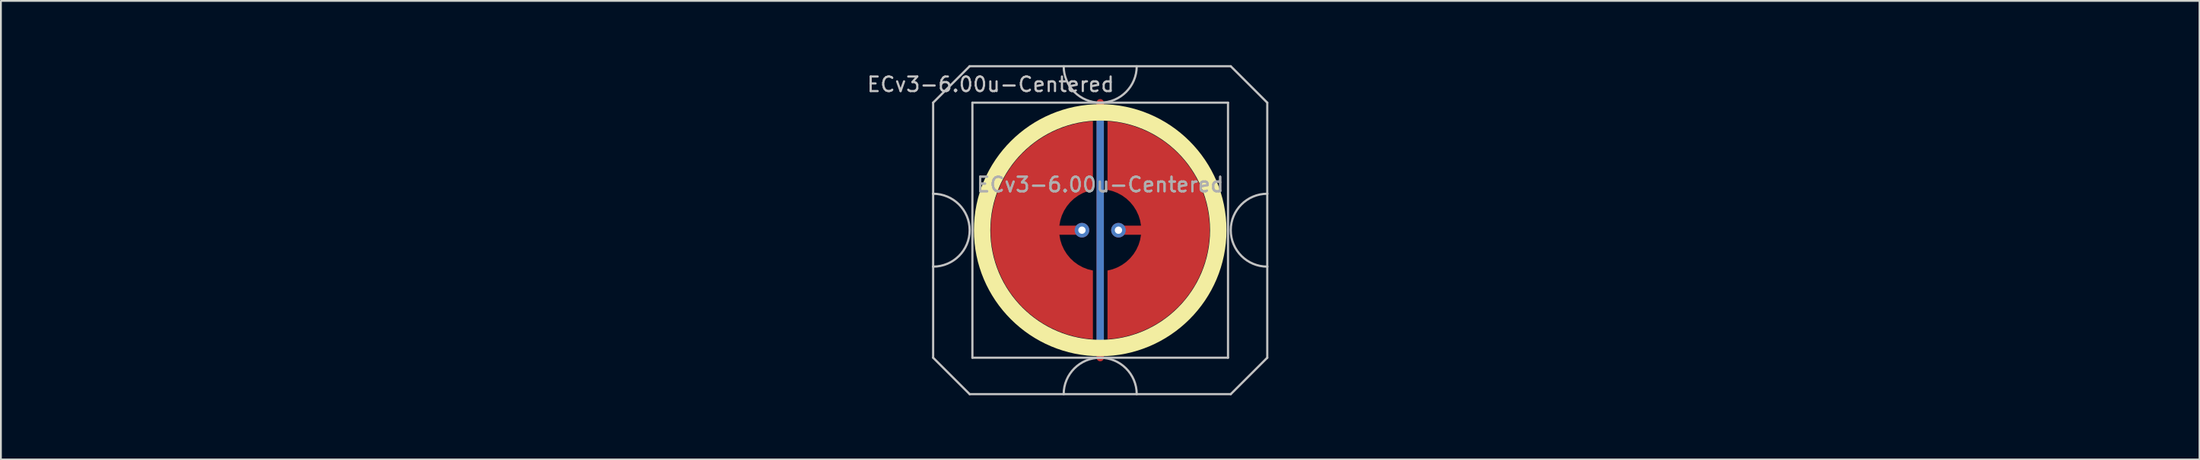
<source format=kicad_pcb>
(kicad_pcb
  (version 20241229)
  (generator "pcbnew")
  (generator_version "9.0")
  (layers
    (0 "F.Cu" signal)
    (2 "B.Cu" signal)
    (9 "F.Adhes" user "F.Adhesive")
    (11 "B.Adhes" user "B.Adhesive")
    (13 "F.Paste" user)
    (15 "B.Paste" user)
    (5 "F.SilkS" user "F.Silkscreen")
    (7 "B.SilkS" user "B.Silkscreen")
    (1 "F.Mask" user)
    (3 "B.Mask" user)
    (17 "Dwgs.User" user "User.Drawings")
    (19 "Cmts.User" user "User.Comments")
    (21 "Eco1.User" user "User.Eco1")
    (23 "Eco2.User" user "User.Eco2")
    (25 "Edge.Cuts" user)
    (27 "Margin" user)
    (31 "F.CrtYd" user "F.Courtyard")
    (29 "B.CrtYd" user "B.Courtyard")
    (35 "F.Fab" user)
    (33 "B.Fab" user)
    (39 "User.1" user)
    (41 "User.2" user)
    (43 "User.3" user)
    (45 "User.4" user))
  (footprint "ECv3-6.00u-Centered"
    (layer "F.Cu")
    (at 57.21 9.585)
    (property "Reference" "ECv3-6.00u-Centered" (at -6 -8 0) (layer "Dwgs.User") (effects (font (size 0.8 0.8) (thickness 0.12))))
    (attr through_hole exclude_from_pos_files exclude_from_bom)
    (fp_circle (center 0 0) (end 6.467 0) (stroke (width 0.9) (type solid)) (fill no) (layer "F.SilkS"))
    (fp_line (start -9.15 -7) (end -9.15 -2) (stroke (width 0.12) (type solid)) (layer "Dwgs.User"))
    (fp_line (start -9.15 -2) (end -9.15 2) (stroke (width 0.12) (type solid)) (layer "Dwgs.User"))
    (fp_line (start -9.15 2) (end -9.15 7) (stroke (width 0.12) (type solid)) (layer "Dwgs.User"))
    (fp_line (start -9.15 7) (end -7.15 9) (stroke (width 0.12) (type solid)) (layer "Dwgs.User"))
    (fp_line (start -7.15 -9) (end -9.15 -7) (stroke (width 0.12) (type solid)) (layer "Dwgs.User"))
    (fp_line (start -7.15 9) (end 7.15 9) (stroke (width 0.12) (type solid)) (layer "Dwgs.User"))
    (fp_line (start -7 -7) (end -7 7) (stroke (width 0.12) (type solid)) (layer "Dwgs.User"))
    (fp_line (start -7 7) (end 7 7) (stroke (width 0.12) (type solid)) (layer "Dwgs.User"))
    (fp_line (start 7 -7) (end -7 -7) (stroke (width 0.12) (type solid)) (layer "Dwgs.User"))
    (fp_line (start 7 7) (end 7 -7) (stroke (width 0.12) (type solid)) (layer "Dwgs.User"))
    (fp_line (start 7.15 -9) (end -7.15 -9) (stroke (width 0.12) (type solid)) (layer "Dwgs.User"))
    (fp_line (start 7.15 -9) (end 9.15 -7) (stroke (width 0.12) (type solid)) (layer "Dwgs.User"))
    (fp_line (start 7.15 9) (end 9.15 7) (stroke (width 0.12) (type solid)) (layer "Dwgs.User"))
    (fp_line (start 9.15 -2) (end 9.15 -7) (stroke (width 0.12) (type solid)) (layer "Dwgs.User"))
    (fp_line (start 9.15 -2) (end 9.15 2) (stroke (width 0.12) (type solid)) (layer "Dwgs.User"))
    (fp_line (start 9.15 7) (end 9.15 2) (stroke (width 0.12) (type solid)) (layer "Dwgs.User"))
    (fp_arc (start -9.15 -2) (mid -7.15 0) (end -9.15 2) (stroke (width 0.12) (type solid)) (layer "Dwgs.User"))
    (fp_arc (start -2 9) (mid 0 7) (end 2 9) (stroke (width 0.12) (type solid)) (layer "Dwgs.User"))
    (fp_arc (start 2 -9) (mid 0 -7) (end -2 -9) (stroke (width 0.12) (type solid)) (layer "Dwgs.User"))
    (fp_arc (start 9.15 2) (mid 7.15 0) (end 9.15 -2) (stroke (width 0.12) (type solid)) (layer "Dwgs.User"))
    (fp_line (start -54.375 -6.5) (end -54.375 6.25) (stroke (width 0.12) (type default)) (layer "Eco1.User"))
    (fp_line (start -53.875 -7) (end -54.375 -6.5) (stroke (width 0.12) (type default)) (layer "Eco1.User"))
    (fp_line (start -53.875 -7) (end -41.375 -7) (stroke (width 0.12) (type default)) (layer "Eco1.User"))
    (fp_line (start -53.875 6.75) (end -54.375 6.25) (stroke (width 0.12) (type default)) (layer "Eco1.User"))
    (fp_line (start -53.875 6.75) (end -41.375 6.75) (stroke (width 0.12) (type default)) (layer "Eco1.User"))
    (fp_line (start -41.375 -7) (end -40.875 -6.5) (stroke (width 0.12) (type default)) (layer "Eco1.User"))
    (fp_line (start -40.875 -6.5) (end -40.875 6.25) (stroke (width 0.12) (type default)) (layer "Eco1.User"))
    (fp_line (start -40.875 6.25) (end -41.375 6.75) (stroke (width 0.12) (type default)) (layer "Eco1.User"))
    (fp_line (start 40.875 -6.5) (end 40.875 6.25) (stroke (width 0.12) (type default)) (layer "Eco1.User"))
    (fp_line (start 41.375 -7) (end 40.875 -6.5) (stroke (width 0.12) (type default)) (layer "Eco1.User"))
    (fp_line (start 41.375 -7) (end 53.875 -7) (stroke (width 0.12) (type default)) (layer "Eco1.User"))
    (fp_line (start 41.375 6.75) (end 40.875 6.25) (stroke (width 0.12) (type default)) (layer "Eco1.User"))
    (fp_line (start 41.375 6.75) (end 53.875 6.75) (stroke (width 0.12) (type default)) (layer "Eco1.User"))
    (fp_line (start 53.875 -7) (end 54.375 -6.5) (stroke (width 0.12) (type default)) (layer "Eco1.User"))
    (fp_line (start 54.375 -6.5) (end 54.375 6.25) (stroke (width 0.12) (type default)) (layer "Eco1.User"))
    (fp_line (start 54.375 6.25) (end 53.875 6.75) (stroke (width 0.12) (type default)) (layer "Eco1.User"))
    (fp_line (start -57.15 -9.525) (end -57.15 9.525) (stroke (width 0.12) (type solid)) (layer "User.2"))
    (fp_line (start -57.15 -9.525) (end 57.15 -9.525) (stroke (width 0.12) (type solid)) (layer "User.2"))
    (fp_line (start -57.15 9.525) (end 57.15 9.525) (stroke (width 0.12) (type solid)) (layer "User.2"))
    (fp_line (start 57.15 -9.525) (end 57.15 9.525) (stroke (width 0.12) (type solid)) (layer "User.2"))
    (fp_text user "${REFERENCE}" (at 0 -2.5 0) (layer "F.Fab") (effects (font (size 0.8 0.8) (thickness 0.12))))
    (fp_text user "${REFERENCE}" (at 0 -2.5 0) (layer "F.Fab") (effects (font (size 0.8 0.8) (thickness 0.12))))
    (pad "1" smd custom (at -1 0) (size 0.4 0.4) (layers "F.Cu") (options (anchor circle)) (primitives (gr_poly (pts (xy 0.6 -2.214) (xy 0.32 -2.145) (xy 0.052 -2.041) (xy -0.201 -1.903) (xy -0.434 -1.734) (xy -0.644 -1.536) (xy -0.826 -1.314) (xy -0.979 -1.07) (xy -1.1 -0.808) (xy -1.186 -0.534) (xy -1.236 -0.25) (xy 0 -0.25) (xy 0.096 -0.231) (xy 0.177 -0.177) (xy 0.231 -0.096) (xy 0.25 0) (xy 0.231 0.096) (xy 0.177 0.177) (xy 0.096 0.231) (xy 0 0.25) (xy -1.236 0.25) (xy -1.186 0.534) (xy -1.1 0.808) (xy -0.979 1.07) (xy -0.826 1.314) (xy -0.644 1.536) (xy -0.434 1.734) (xy -0.201 1.903) (xy 0.052 2.041) (xy 0.32 2.145) (xy 0.6 2.214) (xy 0.6 5.987) (xy 0.115 5.934) (xy -0.364 5.843) (xy -0.834 5.713) (xy -1.292 5.545) (xy -1.735 5.341) (xy -2.159 5.101) (xy -2.563 4.827) (xy -2.943 4.522) (xy -3.298 4.187) (xy -3.623 3.824) (xy -3.919 3.436) (xy -4.182 3.025) (xy -4.41 2.594) (xy -4.603 2.147) (xy -4.759 1.684) (xy -4.876 1.211) (xy -4.955 0.73) (xy -4.995 0.244) (xy -4.995 -0.244) (xy -4.955 -0.73) (xy -4.876 -1.211) (xy -4.759 -1.684) (xy -4.603 -2.147) (xy -4.41 -2.594) (xy -4.182 -3.025) (xy -3.919 -3.436) (xy -3.623 -3.824) (xy -3.298 -4.187) (xy -2.943 -4.522) (xy -2.563 -4.827) (xy -2.159 -5.101) (xy -1.735 -5.341) (xy -1.292 -5.545) (xy -0.834 -5.713) (xy -0.364 -5.843) (xy 0.115 -5.934) (xy 0.6 -5.987)) (width 0) (fill yes))))
    (pad "1" thru_hole circle (at -1 0) (size 0.8 0.8) (drill 0.4) (layers "*.Cu"))
    (pad "2" smd custom (at 1 0 180) (size 0.4 0.4) (layers "F.Cu") (options (anchor circle)) (primitives (gr_poly (pts (xy 0.6 -2.214) (xy 0.32 -2.145) (xy 0.052 -2.041) (xy -0.201 -1.903) (xy -0.434 -1.734) (xy -0.644 -1.536) (xy -0.826 -1.314) (xy -0.979 -1.07) (xy -1.1 -0.808) (xy -1.186 -0.534) (xy -1.236 -0.25) (xy 0 -0.25) (xy 0.096 -0.231) (xy 0.177 -0.177) (xy 0.231 -0.096) (xy 0.25 0) (xy 0.231 0.096) (xy 0.177 0.177) (xy 0.096 0.231) (xy 0 0.25) (xy -1.236 0.25) (xy -1.186 0.534) (xy -1.1 0.808) (xy -0.979 1.07) (xy -0.826 1.314) (xy -0.644 1.536) (xy -0.434 1.734) (xy -0.201 1.903) (xy 0.052 2.041) (xy 0.32 2.145) (xy 0.6 2.214) (xy 0.6 5.987) (xy 0.115 5.934) (xy -0.364 5.843) (xy -0.834 5.713) (xy -1.292 5.545) (xy -1.735 5.341) (xy -2.159 5.101) (xy -2.563 4.827) (xy -2.943 4.522) (xy -3.298 4.187) (xy -3.623 3.824) (xy -3.919 3.436) (xy -4.182 3.025) (xy -4.41 2.594) (xy -4.603 2.147) (xy -4.759 1.684) (xy -4.876 1.211) (xy -4.955 0.73) (xy -4.995 0.244) (xy -4.995 -0.244) (xy -4.955 -0.73) (xy -4.876 -1.211) (xy -4.759 -1.684) (xy -4.603 -2.147) (xy -4.41 -2.594) (xy -4.182 -3.025) (xy -3.919 -3.436) (xy -3.623 -3.824) (xy -3.298 -4.187) (xy -2.943 -4.522) (xy -2.563 -4.827) (xy -2.159 -5.101) (xy -1.735 -5.341) (xy -1.292 -5.545) (xy -0.834 -5.713) (xy -0.364 -5.843) (xy 0.115 -5.934) (xy 0.6 -5.987)) (width 0) (fill yes))))
    (pad "2" thru_hole circle (at 1 0) (size 0.8 0.8) (drill 0.4) (layers "*.Cu"))
    (pad "3" smd custom (at 0 0) (size 0.4 0.4) (layers "F.Cu") (options (anchor rect)) (primitives (gr_line (start 0 -7) (end 0 7) (width 0.4))))
    (pad "3" smd custom (at 0 0) (size 0.4 0.4) (layers "B.Cu") (options (anchor rect)) (primitives (gr_line (start 0 -6.5) (end 0 6.5) (width 0.4))))
    (zone (net_name "") (layer "F.Cu") (hatch edge 0.508) (connect_pads) (min_thickness 0.254) (filled_areas_thickness no) (keepout (tracks allowed) (vias allowed) (pads allowed) (copperpour not_allowed) (footprints allowed)) (placement (enabled no)) (fill) (polygon (pts (xy 64.215 9.585) (xy 64.196 9.072) (xy 64.14 8.562) (xy 64.046 8.057) (xy 63.916 7.56) (xy 63.75 7.075) (xy 63.548 6.602) (xy 63.313 6.146) (xy 63.045 5.709) (xy 62.745 5.292) (xy 62.416 4.898) (xy 62.058 4.529) (xy 61.675 4.188) (xy 61.268 3.875) (xy 60.839 3.593) (xy 60.39 3.344) (xy 59.925 3.127) (xy 59.444 2.946) (xy 58.952 2.8) (xy 58.45 2.691) (xy 57.942 2.618) (xy 57.43 2.584) (xy 56.917 2.586) (xy 56.405 2.627) (xy 55.897 2.704) (xy 55.397 2.819) (xy 54.906 2.97) (xy 54.428 3.156) (xy 53.965 3.377) (xy 53.519 3.632) (xy 53.093 3.918) (xy 52.689 4.235) (xy 52.309 4.58) (xy 51.956 4.953) (xy 51.63 5.35) (xy 51.335 5.77) (xy 51.072 6.21) (xy 50.841 6.669) (xy 50.644 7.143) (xy 50.483 7.631) (xy 50.358 8.129) (xy 50.27 8.634) (xy 50.219 9.145) (xy 50.205 9.658) (xy 50.23 10.171) (xy 50.291 10.681) (xy 50.39 11.185) (xy 50.526 11.68) (xy 50.697 12.164) (xy 50.903 12.634) (xy 51.144 13.087) (xy 51.416 13.522) (xy 51.72 13.936) (xy 52.054 14.326) (xy 52.415 14.691) (xy 52.802 15.029) (xy 53.212 15.337) (xy 53.644 15.614) (xy 54.095 15.859) (xy 54.563 16.071) (xy 55.045 16.247) (xy 55.539 16.388) (xy 56.042 16.492) (xy 56.551 16.559) (xy 57.063 16.588) (xy 57.577 16.58) (xy 58.088 16.535) (xy 58.595 16.452) (xy 59.094 16.332) (xy 59.583 16.176) (xy 60.059 15.984) (xy 60.52 15.758) (xy 60.963 15.499) (xy 61.386 15.209) (xy 61.787 14.888) (xy 62.163 14.538) (xy 62.513 14.162) (xy 62.834 13.761) (xy 63.124 13.338) (xy 63.383 12.895) (xy 63.609 12.434) (xy 63.801 11.958) (xy 63.957 11.469) (xy 64.077 10.97) (xy 64.16 10.463) (xy 64.205 9.952))))
    (zone (net_name "") (layer "B.Cu") (hatch edge 0.508) (connect_pads) (min_thickness 0.254) (filled_areas_thickness no) (keepout (tracks allowed) (vias allowed) (pads allowed) (copperpour not_allowed) (footprints allowed)) (placement (enabled no)) (fill) (polygon (pts (xy 63.768 9.585) (xy 63.748 9.07) (xy 63.688 8.559) (xy 63.587 8.054) (xy 63.447 7.558) (xy 63.269 7.075) (xy 63.053 6.608) (xy 62.802 6.158) (xy 62.516 5.73) (xy 62.197 5.326) (xy 61.847 4.948) (xy 61.469 4.598) (xy 61.065 4.279) (xy 60.637 3.993) (xy 60.187 3.742) (xy 59.72 3.526) (xy 59.237 3.348) (xy 58.741 3.208) (xy 58.236 3.107) (xy 57.725 3.047) (xy 57.21 3.027) (xy 56.695 3.047) (xy 56.184 3.107) (xy 55.679 3.208) (xy 55.183 3.348) (xy 54.7 3.526) (xy 54.233 3.742) (xy 53.783 3.993) (xy 53.355 4.279) (xy 52.951 4.598) (xy 52.573 4.948) (xy 52.223 5.326) (xy 51.904 5.73) (xy 51.618 6.158) (xy 51.367 6.608) (xy 51.151 7.075) (xy 50.973 7.558) (xy 50.833 8.054) (xy 50.732 8.559) (xy 50.672 9.07) (xy 50.652 9.585) (xy 50.672 10.1) (xy 50.732 10.611) (xy 50.833 11.116) (xy 50.973 11.612) (xy 51.151 12.095) (xy 51.367 12.562) (xy 51.618 13.012) (xy 51.904 13.44) (xy 52.223 13.844) (xy 52.573 14.222) (xy 52.951 14.572) (xy 53.355 14.891) (xy 53.783 15.177) (xy 54.233 15.428) (xy 54.7 15.644) (xy 55.183 15.822) (xy 55.679 15.962) (xy 56.184 16.063) (xy 56.695 16.123) (xy 57.21 16.143) (xy 57.725 16.123) (xy 58.236 16.063) (xy 58.741 15.962) (xy 59.237 15.822) (xy 59.72 15.644) (xy 60.187 15.428) (xy 60.637 15.177) (xy 61.065 14.891) (xy 61.469 14.572) (xy 61.847 14.222) (xy 62.197 13.844) (xy 62.516 13.44) (xy 62.802 13.012) (xy 63.053 12.562) (xy 63.269 12.095) (xy 63.447 11.612) (xy 63.587 11.116) (xy 63.688 10.611) (xy 63.748 10.1)))))
  (gr_rect
    (start -3 -3)
    (end 117.42 22.17)
    (stroke (width 0.1) (type default))
    (fill no)
    (layer "Edge.Cuts")))
</source>
